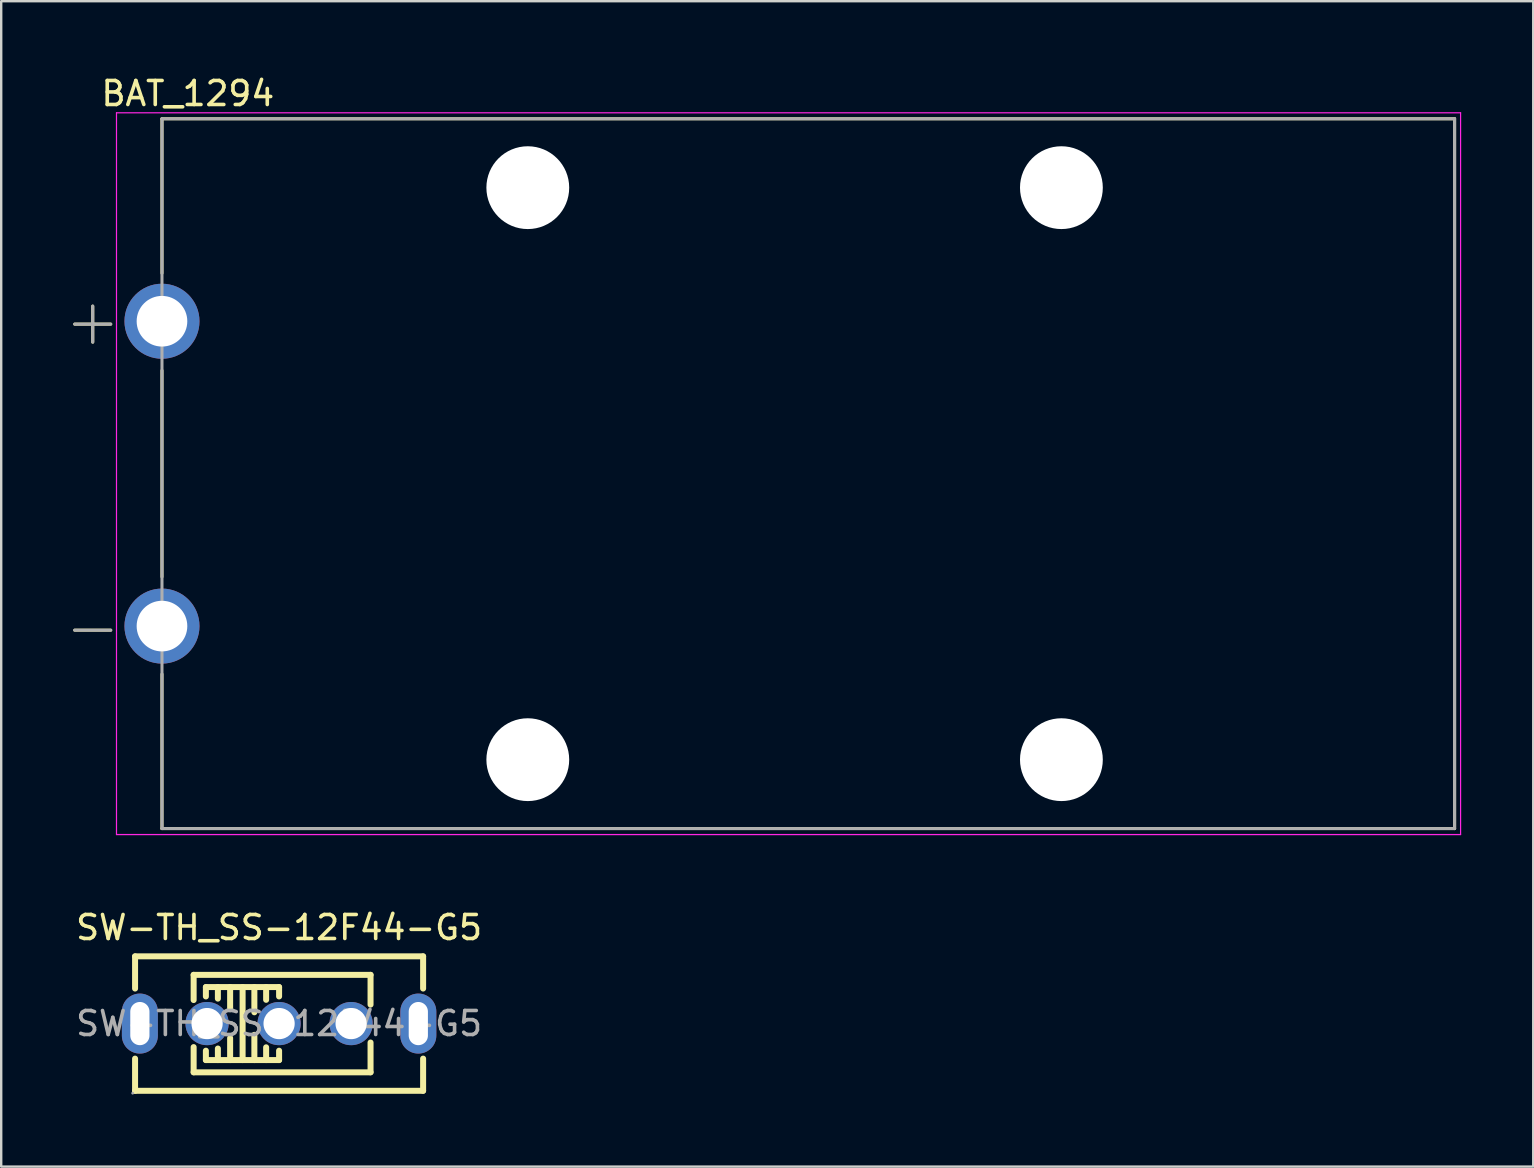
<source format=kicad_pcb>
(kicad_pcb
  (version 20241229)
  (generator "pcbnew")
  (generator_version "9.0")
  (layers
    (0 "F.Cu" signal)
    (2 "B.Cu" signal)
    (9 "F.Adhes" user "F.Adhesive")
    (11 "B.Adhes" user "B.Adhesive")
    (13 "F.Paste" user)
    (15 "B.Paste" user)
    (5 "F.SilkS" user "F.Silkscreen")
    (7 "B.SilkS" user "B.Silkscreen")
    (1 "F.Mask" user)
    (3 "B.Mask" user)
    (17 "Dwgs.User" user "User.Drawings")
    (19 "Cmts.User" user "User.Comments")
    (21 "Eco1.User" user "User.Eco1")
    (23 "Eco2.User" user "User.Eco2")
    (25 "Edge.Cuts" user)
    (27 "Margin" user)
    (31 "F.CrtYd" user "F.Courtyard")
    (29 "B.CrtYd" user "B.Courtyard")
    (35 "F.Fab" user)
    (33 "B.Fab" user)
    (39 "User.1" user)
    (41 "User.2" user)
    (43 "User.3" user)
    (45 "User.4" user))
  (footprint "SW-TH_SS-12F44-G5"
    (layer "F.Cu")
    (at 8.577 39.592)
    (property "Reference" "SW-TH_SS-12F44-G5" (at 0 -4 0) (layer "F.SilkS") (effects (font (size 1 1) (thickness 0.15))))
    (attr through_hole)
    (fp_line (start -6 -2.8) (end -6 -1.46) (stroke (width 0.25) (type solid)) (layer "F.SilkS"))
    (fp_line (start -6 -2.8) (end 6 -2.8) (stroke (width 0.25) (type solid)) (layer "F.SilkS"))
    (fp_line (start -6 1.46) (end -6 2.8) (stroke (width 0.25) (type solid)) (layer "F.SilkS"))
    (fp_line (start -3.56 -2.03) (end 3.81 -2.03) (stroke (width 0.25) (type solid)) (layer "F.SilkS"))
    (fp_line (start -3.56 -0.98) (end -3.56 -2.03) (stroke (width 0.25) (type solid)) (layer "F.SilkS"))
    (fp_line (start -3.56 2.03) (end -3.56 0.98) (stroke (width 0.25) (type solid)) (layer "F.SilkS"))
    (fp_line (start -3.05 -1.52) (end 0 -1.52) (stroke (width 0.25) (type solid)) (layer "F.SilkS"))
    (fp_line (start -3.05 -1.13) (end -3.05 -1.52) (stroke (width 0.25) (type solid)) (layer "F.SilkS"))
    (fp_line (start -3.05 1.52) (end -3.05 1.13) (stroke (width 0.25) (type solid)) (layer "F.SilkS"))
    (fp_line (start -2.55 -1.52) (end -2.55 -1.04) (stroke (width 0.25) (type solid)) (layer "F.SilkS"))
    (fp_line (start -2.55 1.04) (end -2.55 1.52) (stroke (width 0.25) (type solid)) (layer "F.SilkS"))
    (fp_line (start -2.04 -0.6) (end -2.04 -1.52) (stroke (width 0.25) (type solid)) (layer "F.SilkS"))
    (fp_line (start -2.04 1.52) (end -2.04 0.6) (stroke (width 0.25) (type solid)) (layer "F.SilkS"))
    (fp_line (start -1.52 -1.52) (end -1.52 1.52) (stroke (width 0.25) (type solid)) (layer "F.SilkS"))
    (fp_line (start -1.03 -0.47) (end -1.03 -1.52) (stroke (width 0.25) (type solid)) (layer "F.SilkS"))
    (fp_line (start -1.03 1.52) (end -1.03 0.47) (stroke (width 0.25) (type solid)) (layer "F.SilkS"))
    (fp_line (start -0.54 -1.52) (end -0.54 -0.99) (stroke (width 0.25) (type solid)) (layer "F.SilkS"))
    (fp_line (start -0.54 0.99) (end -0.54 1.52) (stroke (width 0.25) (type solid)) (layer "F.SilkS"))
    (fp_line (start 0 -1.13) (end 0 -1.52) (stroke (width 0.25) (type solid)) (layer "F.SilkS"))
    (fp_line (start 0 1.52) (end -3.05 1.52) (stroke (width 0.25) (type solid)) (layer "F.SilkS"))
    (fp_line (start 0 1.52) (end 0 1.13) (stroke (width 0.25) (type solid)) (layer "F.SilkS"))
    (fp_line (start 3.81 -2.03) (end 3.81 -0.79) (stroke (width 0.25) (type solid)) (layer "F.SilkS"))
    (fp_line (start 3.81 0.79) (end 3.81 2.03) (stroke (width 0.25) (type solid)) (layer "F.SilkS"))
    (fp_line (start 3.81 2.03) (end -3.56 2.03) (stroke (width 0.25) (type solid)) (layer "F.SilkS"))
    (fp_line (start 6 -2.8) (end 6 -1.46) (stroke (width 0.25) (type solid)) (layer "F.SilkS"))
    (fp_line (start 6 1.46) (end 6 2.8) (stroke (width 0.25) (type solid)) (layer "F.SilkS"))
    (fp_line (start 6 2.8) (end -6 2.8) (stroke (width 0.25) (type solid)) (layer "F.SilkS"))
    (fp_circle (center -6.1 2.9) (end -6.07 2.9) (stroke (width 0.06) (type solid)) (fill no) (layer "F.Fab"))
    (fp_text user "${REFERENCE}" (at 0 0 0) (layer "F.Fab") (effects (font (size 1 1) (thickness 0.15))))
    (pad "1" thru_hole circle (at -3 0) (size 1.8 1.8) (drill 1.3) (layers "*.Cu" "*.Mask"))
    (pad "2" thru_hole circle (at 0 0) (size 1.8 1.8) (drill 1.3) (layers "*.Cu" "*.Mask"))
    (pad "3" thru_hole circle (at 3 0) (size 1.8 1.8) (drill 1.3) (layers "*.Cu" "*.Mask"))
    (pad "4" thru_hole oval (at 5.8 0 90) (size 2.5 1.5) (drill oval 1.8 0.8) (layers "*.Cu" "*.Mask"))
    (pad "5" thru_hole oval (at -5.8 0 90) (size 2.5 1.5) (drill oval 1.8 0.8) (layers "*.Cu" "*.Mask")))
  (footprint "BAT_1294"
    (layer "F.Cu")
    (at 30.623 16.683)
    (property "Reference" "BAT_1294" (at -25.848 -15.835 0) (layer "F.SilkS") (effects (font (size 1 1) (thickness 0.15))))
    (attr through_hole)
    (fp_line (start -30.56 -6.23) (end -29.06 -6.23) (stroke (width 0.127) (type solid)) (layer "F.SilkS"))
    (fp_line (start -30.56 6.52) (end -29.06 6.52) (stroke (width 0.127) (type solid)) (layer "F.SilkS"))
    (fp_line (start -29.81 -5.48) (end -29.81 -6.98) (stroke (width 0.127) (type solid)) (layer "F.SilkS"))
    (fp_line (start -26.925 -14.785) (end 26.925 -14.785) (stroke (width 0.127) (type solid)) (layer "F.SilkS"))
    (fp_line (start -26.925 -8.35) (end -26.925 -14.785) (stroke (width 0.127) (type solid)) (layer "F.SilkS"))
    (fp_line (start -26.925 -4.3) (end -26.925 4.3) (stroke (width 0.127) (type solid)) (layer "F.SilkS"))
    (fp_line (start -26.925 14.785) (end -26.925 8.35) (stroke (width 0.127) (type solid)) (layer "F.SilkS"))
    (fp_line (start 26.925 -14.785) (end 26.925 14.785) (stroke (width 0.127) (type solid)) (layer "F.SilkS"))
    (fp_line (start 26.925 14.785) (end -26.925 14.785) (stroke (width 0.127) (type solid)) (layer "F.SilkS"))
    (fp_line (start -28.82 -15.035) (end -28.82 15.035) (stroke (width 0.05) (type solid)) (layer "F.CrtYd"))
    (fp_line (start -28.82 15.035) (end 27.175 15.035) (stroke (width 0.05) (type solid)) (layer "F.CrtYd"))
    (fp_line (start 27.175 -15.035) (end -28.82 -15.035) (stroke (width 0.05) (type solid)) (layer "F.CrtYd"))
    (fp_line (start 27.175 15.035) (end 27.175 -15.035) (stroke (width 0.05) (type solid)) (layer "F.CrtYd"))
    (fp_line (start -30.56 -6.23) (end -29.06 -6.23) (stroke (width 0.127) (type solid)) (layer "F.Fab"))
    (fp_line (start -30.56 6.52) (end -29.06 6.52) (stroke (width 0.127) (type solid)) (layer "F.Fab"))
    (fp_line (start -29.81 -5.48) (end -29.81 -6.98) (stroke (width 0.127) (type solid)) (layer "F.Fab"))
    (fp_line (start -26.925 -14.785) (end 26.925 -14.785) (stroke (width 0.127) (type solid)) (layer "F.Fab"))
    (fp_line (start -26.925 14.785) (end -26.925 -14.785) (stroke (width 0.127) (type solid)) (layer "F.Fab"))
    (fp_line (start 26.925 -14.785) (end 26.925 14.785) (stroke (width 0.127) (type solid)) (layer "F.Fab"))
    (fp_line (start 26.925 14.785) (end -26.925 14.785) (stroke (width 0.127) (type solid)) (layer "F.Fab"))
    (pad "" np_thru_hole circle (at -11.685 -11.915) (size 3.45 3.45) (drill 3.45) (layers "*.Cu" "*.Mask"))
    (pad "" np_thru_hole circle (at -11.685 11.915) (size 3.45 3.45) (drill 3.45) (layers "*.Cu" "*.Mask"))
    (pad "" np_thru_hole circle (at 10.545 -11.915) (size 3.45 3.45) (drill 3.45) (layers "*.Cu" "*.Mask"))
    (pad "" np_thru_hole circle (at 10.545 11.915) (size 3.45 3.45) (drill 3.45) (layers "*.Cu" "*.Mask"))
    (pad "N" thru_hole circle (at -26.925 6.35) (size 3.126 3.126) (drill 2.11) (layers "*.Cu" "*.Mask"))
    (pad "P" thru_hole circle (at -26.925 -6.35) (size 3.126 3.126) (drill 2.11) (layers "*.Cu" "*.Mask")))
  (gr_rect
    (start -3 -3)
    (end 60.824 45.551)
    (stroke (width 0.1) (type default))
    (fill no)
    (layer "Edge.Cuts")))
</source>
